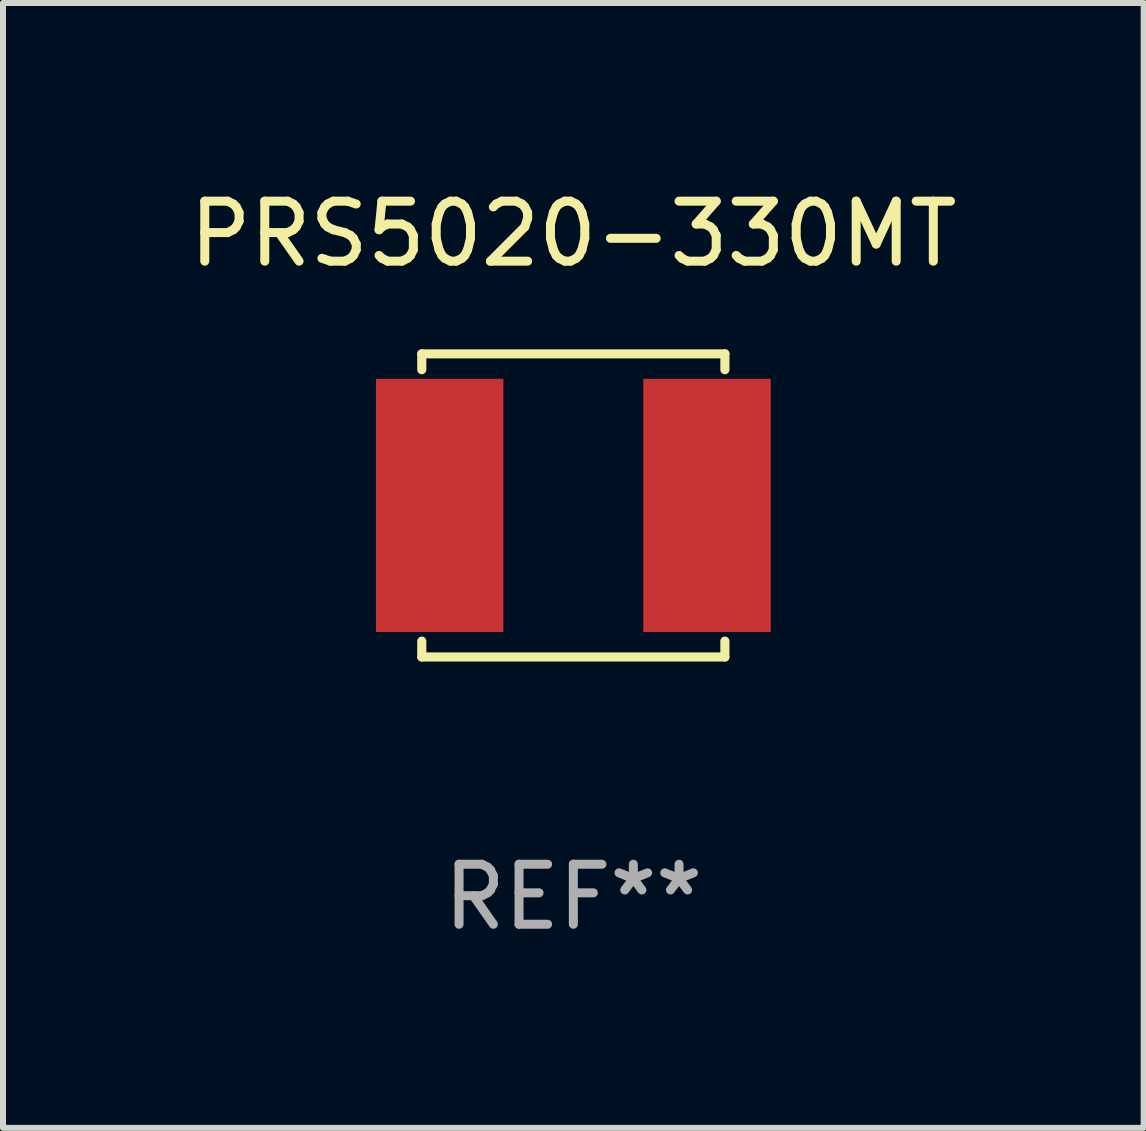
<source format=kicad_pcb>
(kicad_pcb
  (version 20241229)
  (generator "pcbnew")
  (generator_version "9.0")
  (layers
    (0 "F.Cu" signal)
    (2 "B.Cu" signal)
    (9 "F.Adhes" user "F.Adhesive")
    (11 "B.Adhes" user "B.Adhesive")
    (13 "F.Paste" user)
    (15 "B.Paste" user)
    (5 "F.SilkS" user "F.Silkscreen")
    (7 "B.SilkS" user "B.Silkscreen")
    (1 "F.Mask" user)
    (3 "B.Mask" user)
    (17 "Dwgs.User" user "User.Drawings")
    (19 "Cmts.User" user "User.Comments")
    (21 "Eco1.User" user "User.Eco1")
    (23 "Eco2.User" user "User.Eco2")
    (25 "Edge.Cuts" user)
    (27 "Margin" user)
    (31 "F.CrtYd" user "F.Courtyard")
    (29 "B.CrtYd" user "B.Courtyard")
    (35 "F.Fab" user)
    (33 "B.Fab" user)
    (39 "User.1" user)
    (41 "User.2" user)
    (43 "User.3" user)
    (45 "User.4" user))
  (footprint "PRS5020-330MT"
    (layer "F.Cu")
    (at 6.506 5.374)
    (property "Reference" "PRS5020-330MT" (at 0 -4.526 0) (layer "F.SilkS") (effects (font (size 1 1) (thickness 0.15))))
    (attr through_hole)
    (fp_line (start -2.526 -2.526) (end 2.526 -2.526) (stroke (width 0.152) (type solid)) (layer "F.SilkS"))
    (fp_line (start -2.526 -2.262) (end -2.526 -2.526) (stroke (width 0.152) (type solid)) (layer "F.SilkS"))
    (fp_line (start -2.526 2.262) (end -2.526 2.526) (stroke (width 0.152) (type solid)) (layer "F.SilkS"))
    (fp_line (start -2.526 2.526) (end 2.526 2.526) (stroke (width 0.152) (type solid)) (layer "F.SilkS"))
    (fp_line (start 2.526 -2.526) (end 2.526 -2.262) (stroke (width 0.152) (type solid)) (layer "F.SilkS"))
    (fp_line (start 2.526 2.526) (end 2.526 2.262) (stroke (width 0.152) (type solid)) (layer "F.SilkS"))
    (fp_circle (center 2.5 -2.5) (end 2.53 -2.5) (stroke (width 0.06) (type solid)) (fill no) (layer "F.SilkS"))
    (fp_text user "REF**" (at 0 6.526 0) (layer "F.Fab") (effects (font (size 1 1) (thickness 0.15))))
    (pad "1" smd rect (at 2.228 0) (size 2.124 4.22) (layers "F.Cu" "F.Mask" "F.Paste"))
    (pad "2" smd rect (at -2.228 0) (size 2.124 4.22) (layers "F.Cu" "F.Mask" "F.Paste")))
  (gr_rect
    (start -3 -3)
    (end 16.012 15.749)
    (stroke (width 0.1) (type default))
    (fill no)
    (layer "Edge.Cuts")))
</source>
